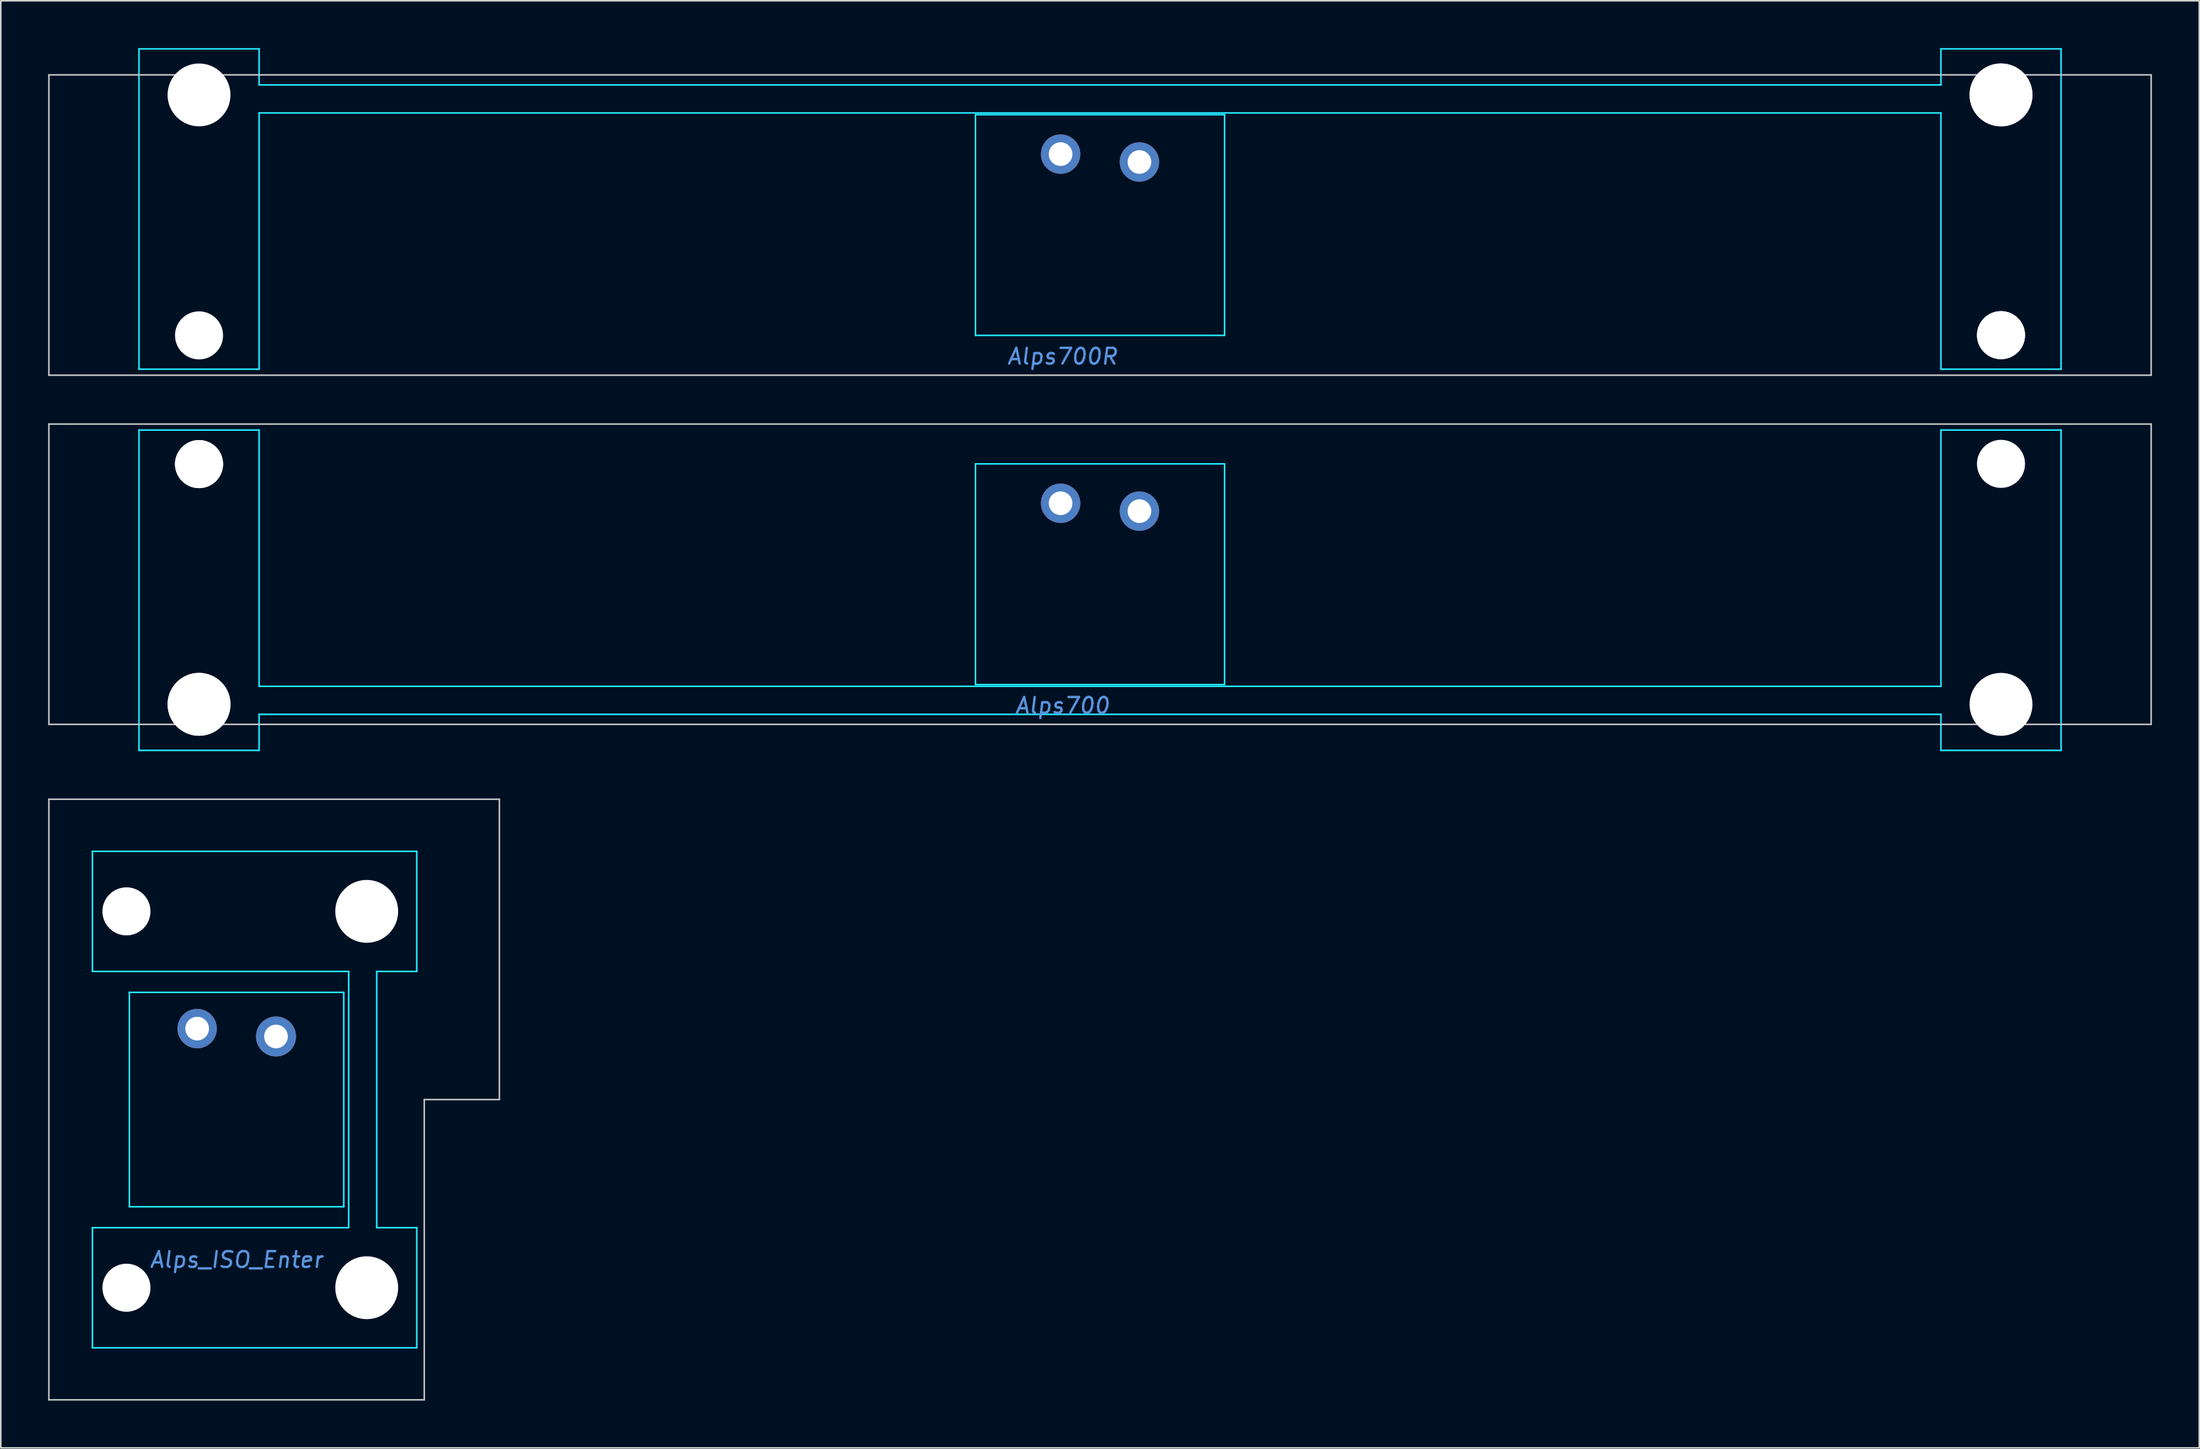
<source format=kicad_pcb>
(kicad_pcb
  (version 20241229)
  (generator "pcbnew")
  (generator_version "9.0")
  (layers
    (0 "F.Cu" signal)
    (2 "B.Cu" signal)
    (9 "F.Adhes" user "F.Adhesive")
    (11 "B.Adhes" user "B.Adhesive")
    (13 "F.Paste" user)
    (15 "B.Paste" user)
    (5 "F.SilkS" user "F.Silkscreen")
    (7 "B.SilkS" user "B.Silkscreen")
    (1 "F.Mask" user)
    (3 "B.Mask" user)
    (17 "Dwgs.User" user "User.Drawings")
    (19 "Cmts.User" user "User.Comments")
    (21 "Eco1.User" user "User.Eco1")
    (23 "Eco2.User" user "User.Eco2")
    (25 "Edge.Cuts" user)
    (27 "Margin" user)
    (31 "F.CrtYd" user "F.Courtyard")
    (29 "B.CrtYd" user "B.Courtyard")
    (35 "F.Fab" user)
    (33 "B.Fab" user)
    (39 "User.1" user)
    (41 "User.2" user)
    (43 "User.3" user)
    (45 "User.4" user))
  (footprint "Alps_ISO_Enter"
    (layer "F.Cu")
    (at 11.956 66.702)
    (property "Reference" "Alps_ISO_Enter" (at 0 10.16 0) (layer "Cmts.User") (effects (font (size 1 1) (thickness 0.15) (italic yes))))
    (attr through_hole)
    (fp_line (start -11.906 19.05) (end -11.906 -19.05) (stroke (width 0.1) (type solid)) (layer "Dwgs.User"))
    (fp_line (start 11.906 19.05) (end -11.906 19.05) (stroke (width 0.1) (type solid)) (layer "Dwgs.User"))
    (fp_line (start 11.906 19.05) (end 11.906 0) (stroke (width 0.1) (type solid)) (layer "Dwgs.User"))
    (fp_line (start 16.669 -19.05) (end -11.906 -19.05) (stroke (width 0.1) (type solid)) (layer "Dwgs.User"))
    (fp_line (start 16.669 0) (end 11.906 0) (stroke (width 0.1) (type solid)) (layer "Dwgs.User"))
    (fp_line (start 16.669 0) (end 16.669 -19.05) (stroke (width 0.1) (type solid)) (layer "Dwgs.User"))
    (fp_line (start -9.144 -15.748) (end 11.43 -15.748) (stroke (width 0.1) (type solid)) (layer "B.CrtYd"))
    (fp_line (start -9.144 -8.128) (end -9.144 -15.748) (stroke (width 0.1) (type solid)) (layer "B.CrtYd"))
    (fp_line (start -9.144 -8.128) (end 7.112 -8.128) (stroke (width 0.1) (type solid)) (layer "B.CrtYd"))
    (fp_line (start -9.144 8.128) (end 7.112 8.128) (stroke (width 0.1) (type solid)) (layer "B.CrtYd"))
    (fp_line (start -9.144 15.748) (end -9.144 8.128) (stroke (width 0.1) (type solid)) (layer "B.CrtYd"))
    (fp_line (start -6.8 6.8) (end -6.8 -6.8) (stroke (width 0.1) (type solid)) (layer "B.CrtYd"))
    (fp_line (start 6.8 -6.8) (end -6.8 -6.8) (stroke (width 0.1) (type solid)) (layer "B.CrtYd"))
    (fp_line (start 6.8 6.8) (end -6.8 6.8) (stroke (width 0.1) (type solid)) (layer "B.CrtYd"))
    (fp_line (start 6.8 6.8) (end 6.8 -6.8) (stroke (width 0.1) (type solid)) (layer "B.CrtYd"))
    (fp_line (start 7.112 8.128) (end 7.112 -8.128) (stroke (width 0.1) (type solid)) (layer "B.CrtYd"))
    (fp_line (start 8.89 8.128) (end 8.89 -8.128) (stroke (width 0.1) (type solid)) (layer "B.CrtYd"))
    (fp_line (start 11.43 -15.748) (end 11.43 -8.128) (stroke (width 0.1) (type solid)) (layer "B.CrtYd"))
    (fp_line (start 11.43 -8.128) (end 8.89 -8.128) (stroke (width 0.1) (type solid)) (layer "B.CrtYd"))
    (fp_line (start 11.43 8.128) (end 8.89 8.128) (stroke (width 0.1) (type solid)) (layer "B.CrtYd"))
    (fp_line (start 11.43 8.128) (end 11.43 15.748) (stroke (width 0.1) (type solid)) (layer "B.CrtYd"))
    (fp_line (start 11.43 15.748) (end -9.144 15.748) (stroke (width 0.1) (type solid)) (layer "B.CrtYd"))
    (pad "" np_thru_hole circle (at -6.985 -11.938 90) (size 3.048 3.048) (drill 3.048) (layers "*.Cu" "*.Mask"))
    (pad "" np_thru_hole circle (at -6.985 11.938 90) (size 3.048 3.048) (drill 3.048) (layers "*.Cu" "*.Mask"))
    (pad "" np_thru_hole circle (at 8.255 -11.938 90) (size 3.988 3.988) (drill 3.988) (layers "*.Cu" "*.Mask"))
    (pad "" np_thru_hole circle (at 8.255 11.938 90) (size 3.988 3.988) (drill 3.988) (layers "*.Cu" "*.Mask"))
    (pad "1" thru_hole circle (at -2.5 -4.5 45) (size 2.5 2.5) (drill 1.5) (layers "*.Cu" "*.Mask"))
    (pad "2" thru_hole circle (at 2.5 -4) (size 2.54 2.54) (drill 1.5) (layers "*.Cu" "F.Mask")))
  (footprint "Alps700R"
    (layer "F.Cu")
    (at 66.725 11.226)
    (property "Reference" "Alps700R" (at -2.381 8.334 0) (layer "Cmts.User") (effects (font (size 1 1) (thickness 0.15) (italic yes))))
    (attr through_hole)
    (fp_line (start -66.675 -9.525) (end -66.675 9.525) (stroke (width 0.1) (type solid)) (layer "Dwgs.User"))
    (fp_line (start -66.675 -9.525) (end 66.675 -9.525) (stroke (width 0.1) (type solid)) (layer "Dwgs.User"))
    (fp_line (start -66.675 9.525) (end 66.675 9.525) (stroke (width 0.1) (type solid)) (layer "Dwgs.User"))
    (fp_line (start 66.675 -9.525) (end 66.675 9.525) (stroke (width 0.1) (type solid)) (layer "Dwgs.User"))
    (fp_line (start -60.96 9.144) (end -60.96 -11.176) (stroke (width 0.1) (type solid)) (layer "B.CrtYd"))
    (fp_line (start -53.34 -11.176) (end -60.96 -11.176) (stroke (width 0.1) (type solid)) (layer "B.CrtYd"))
    (fp_line (start -53.34 -8.89) (end -53.34 -11.176) (stroke (width 0.1) (type solid)) (layer "B.CrtYd"))
    (fp_line (start -53.34 -7.112) (end -53.34 9.144) (stroke (width 0.1) (type solid)) (layer "B.CrtYd"))
    (fp_line (start -53.34 9.144) (end -60.96 9.144) (stroke (width 0.1) (type solid)) (layer "B.CrtYd"))
    (fp_line (start -7.9 -7) (end -7.9 7) (stroke (width 0.1) (type solid)) (layer "B.CrtYd"))
    (fp_line (start 7.9 -7) (end -7.9 -7) (stroke (width 0.1) (type solid)) (layer "B.CrtYd"))
    (fp_line (start 7.9 -7) (end 7.9 7) (stroke (width 0.1) (type solid)) (layer "B.CrtYd"))
    (fp_line (start 7.9 7) (end -7.9 7) (stroke (width 0.1) (type solid)) (layer "B.CrtYd"))
    (fp_line (start 53.34 -8.89) (end -53.34 -8.89) (stroke (width 0.1) (type solid)) (layer "B.CrtYd"))
    (fp_line (start 53.34 -8.89) (end 53.34 -11.176) (stroke (width 0.1) (type solid)) (layer "B.CrtYd"))
    (fp_line (start 53.34 -7.112) (end -53.34 -7.112) (stroke (width 0.1) (type solid)) (layer "B.CrtYd"))
    (fp_line (start 53.34 -7.112) (end 53.34 9.144) (stroke (width 0.1) (type solid)) (layer "B.CrtYd"))
    (fp_line (start 60.96 -11.176) (end 53.34 -11.176) (stroke (width 0.1) (type solid)) (layer "B.CrtYd"))
    (fp_line (start 60.96 9.144) (end 53.34 9.144) (stroke (width 0.1) (type solid)) (layer "B.CrtYd"))
    (fp_line (start 60.96 9.144) (end 60.96 -11.176) (stroke (width 0.1) (type solid)) (layer "B.CrtYd"))
    (pad "" np_thru_hole circle (at -57.15 -8.255) (size 3.988 3.988) (drill 3.988) (layers "*.Cu" "*.Mask"))
    (pad "" np_thru_hole circle (at -57.15 7) (size 3.048 3.048) (drill 3.048) (layers "*.Cu" "*.Mask"))
    (pad "" np_thru_hole circle (at 57.15 -8.255) (size 3.988 3.988) (drill 3.988) (layers "*.Cu" "*.Mask"))
    (pad "" np_thru_hole circle (at 57.15 -8.255) (size 3.988 3.988) (drill 3.988) (layers "*.Cu" "*.Mask"))
    (pad "" np_thru_hole circle (at 57.15 6.985) (size 3.048 3.048) (drill 3.048) (layers "*.Cu" "*.Mask"))
    (pad "" np_thru_hole circle (at 57.15 6.985) (size 3.048 3.048) (drill 3.048) (layers "*.Cu" "*.Mask"))
    (pad "1" thru_hole circle (at -2.5 -4.5 45) (size 2.5 2.5) (drill 1.5) (layers "*.Cu" "*.Mask"))
    (pad "2" thru_hole circle (at 2.5 -4) (size 2.5 2.5) (drill 1.5) (layers "*.Cu" "*.Mask")))
  (footprint "Alps700"
    (layer "F.Cu")
    (at 66.725 33.376)
    (property "Reference" "Alps700" (at -2.381 8.334 0) (layer "Cmts.User") (effects (font (size 1 1) (thickness 0.15) (italic yes))))
    (attr through_hole)
    (fp_line (start -66.675 -9.525) (end -66.675 9.525) (stroke (width 0.1) (type solid)) (layer "Dwgs.User"))
    (fp_line (start -66.675 -9.525) (end 66.675 -9.525) (stroke (width 0.1) (type solid)) (layer "Dwgs.User"))
    (fp_line (start -66.675 9.525) (end 66.675 9.525) (stroke (width 0.1) (type solid)) (layer "Dwgs.User"))
    (fp_line (start 66.675 -9.525) (end 66.675 9.525) (stroke (width 0.1) (type solid)) (layer "Dwgs.User"))
    (fp_line (start -60.96 -9.144) (end -60.96 11.176) (stroke (width 0.1) (type solid)) (layer "B.CrtYd"))
    (fp_line (start -60.96 -9.144) (end -53.34 -9.144) (stroke (width 0.1) (type solid)) (layer "B.CrtYd"))
    (fp_line (start -60.96 11.176) (end -53.34 11.176) (stroke (width 0.1) (type solid)) (layer "B.CrtYd"))
    (fp_line (start -53.34 7.112) (end -53.34 -9.144) (stroke (width 0.1) (type solid)) (layer "B.CrtYd"))
    (fp_line (start -53.34 7.112) (end 53.34 7.112) (stroke (width 0.1) (type solid)) (layer "B.CrtYd"))
    (fp_line (start -53.34 8.89) (end -53.34 11.176) (stroke (width 0.1) (type solid)) (layer "B.CrtYd"))
    (fp_line (start -53.34 8.89) (end 53.34 8.89) (stroke (width 0.1) (type solid)) (layer "B.CrtYd"))
    (fp_line (start -7.9 -7) (end 7.9 -7) (stroke (width 0.1) (type solid)) (layer "B.CrtYd"))
    (fp_line (start -7.9 7) (end -7.9 -7) (stroke (width 0.1) (type solid)) (layer "B.CrtYd"))
    (fp_line (start -7.9 7) (end 7.9 7) (stroke (width 0.1) (type solid)) (layer "B.CrtYd"))
    (fp_line (start 7.9 7) (end 7.9 -7) (stroke (width 0.1) (type solid)) (layer "B.CrtYd"))
    (fp_line (start 53.34 -9.144) (end 60.96 -9.144) (stroke (width 0.1) (type solid)) (layer "B.CrtYd"))
    (fp_line (start 53.34 7.112) (end 53.34 -9.144) (stroke (width 0.1) (type solid)) (layer "B.CrtYd"))
    (fp_line (start 53.34 8.89) (end 53.34 11.176) (stroke (width 0.1) (type solid)) (layer "B.CrtYd"))
    (fp_line (start 53.34 11.176) (end 60.96 11.176) (stroke (width 0.1) (type solid)) (layer "B.CrtYd"))
    (fp_line (start 60.96 -9.144) (end 60.96 11.176) (stroke (width 0.1) (type solid)) (layer "B.CrtYd"))
    (pad "" np_thru_hole circle (at -57.15 -6.985 180) (size 3.048 3.048) (drill 3.048) (layers "*.Cu" "*.Mask"))
    (pad "" np_thru_hole circle (at -57.15 -6.985 180) (size 3.048 3.048) (drill 3.048) (layers "*.Cu" "*.Mask"))
    (pad "" np_thru_hole circle (at -57.15 8.255 180) (size 3.988 3.988) (drill 3.988) (layers "*.Cu" "*.Mask"))
    (pad "" np_thru_hole circle (at -57.15 8.255 180) (size 3.988 3.988) (drill 3.988) (layers "*.Cu" "*.Mask"))
    (pad "" np_thru_hole circle (at 57.15 -7 180) (size 3.048 3.048) (drill 3.048) (layers "*.Cu" "*.Mask"))
    (pad "" np_thru_hole circle (at 57.15 8.255 180) (size 3.988 3.988) (drill 3.988) (layers "*.Cu" "*.Mask"))
    (pad "1" thru_hole circle (at -2.5 -4.5 45) (size 2.5 2.5) (drill 1.5) (layers "*.Cu" "*.Mask"))
    (pad "2" thru_hole circle (at 2.5 -4) (size 2.5 2.5) (drill 1.5) (layers "*.Cu" "*.Mask")))
  (gr_rect
    (start -3 -3)
    (end 136.45 88.802)
    (stroke (width 0.1) (type default))
    (fill no)
    (layer "Edge.Cuts")))
</source>
